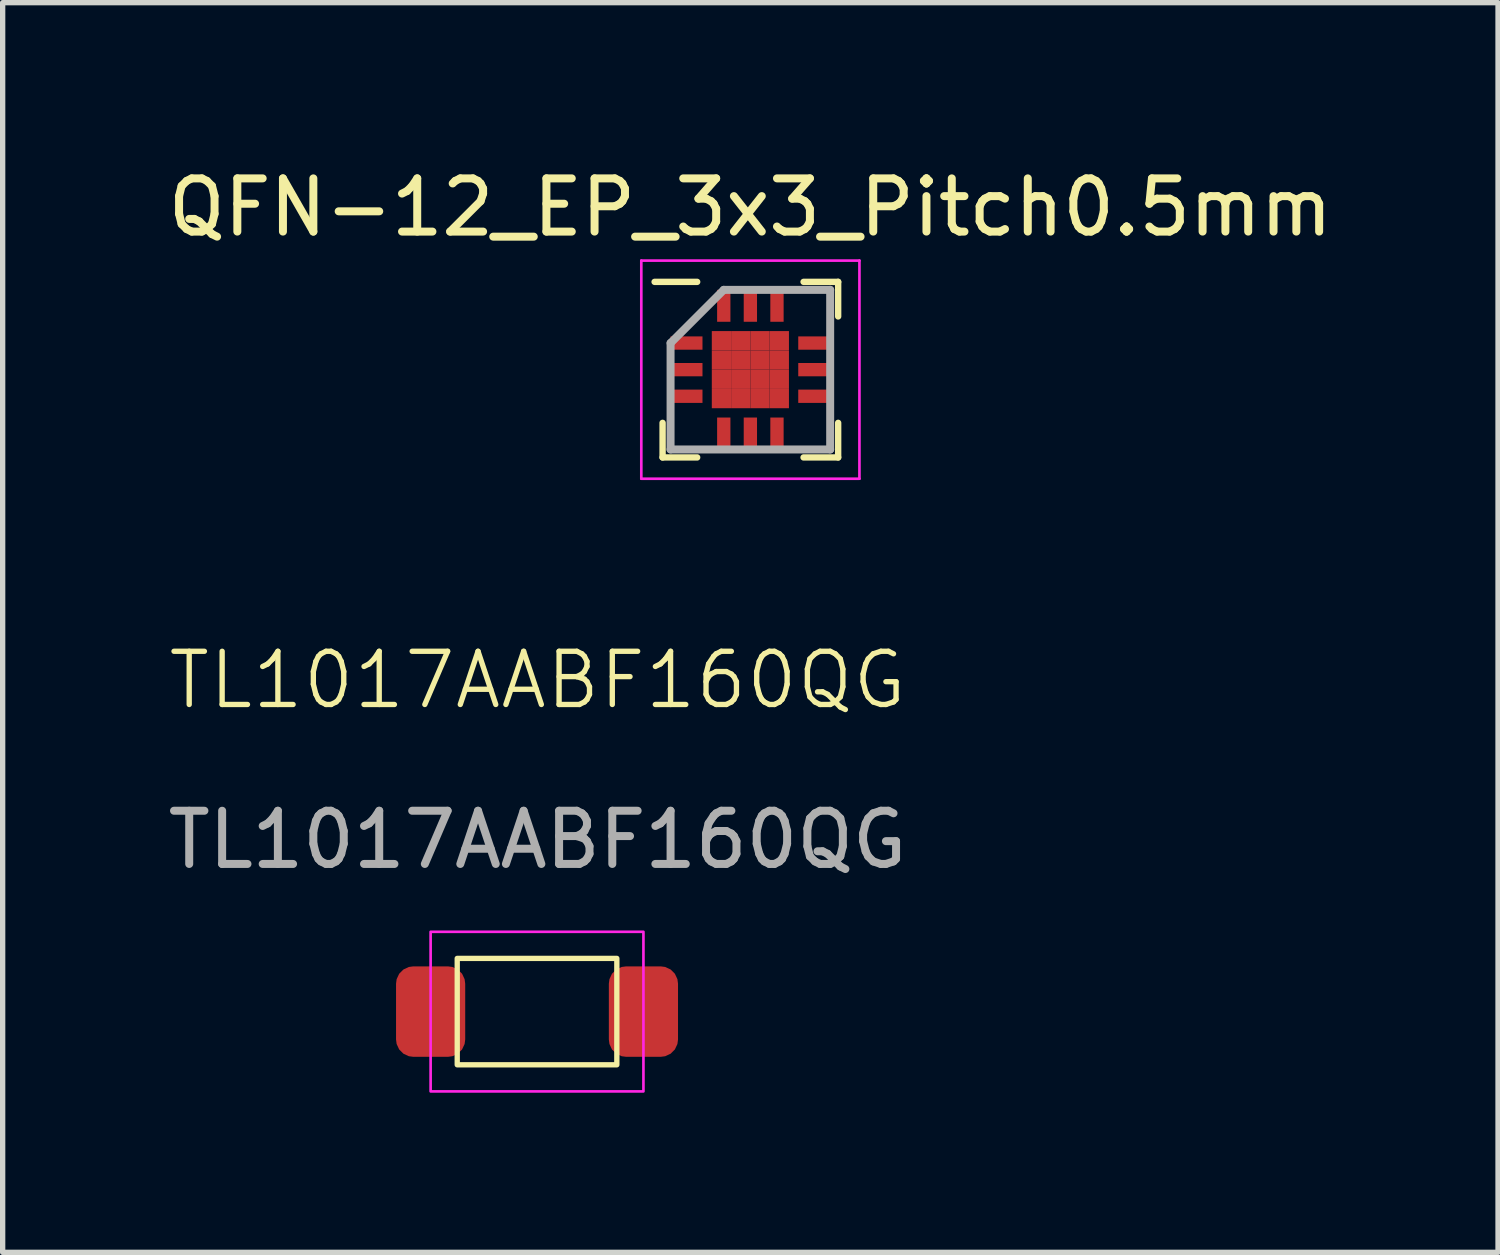
<source format=kicad_pcb>
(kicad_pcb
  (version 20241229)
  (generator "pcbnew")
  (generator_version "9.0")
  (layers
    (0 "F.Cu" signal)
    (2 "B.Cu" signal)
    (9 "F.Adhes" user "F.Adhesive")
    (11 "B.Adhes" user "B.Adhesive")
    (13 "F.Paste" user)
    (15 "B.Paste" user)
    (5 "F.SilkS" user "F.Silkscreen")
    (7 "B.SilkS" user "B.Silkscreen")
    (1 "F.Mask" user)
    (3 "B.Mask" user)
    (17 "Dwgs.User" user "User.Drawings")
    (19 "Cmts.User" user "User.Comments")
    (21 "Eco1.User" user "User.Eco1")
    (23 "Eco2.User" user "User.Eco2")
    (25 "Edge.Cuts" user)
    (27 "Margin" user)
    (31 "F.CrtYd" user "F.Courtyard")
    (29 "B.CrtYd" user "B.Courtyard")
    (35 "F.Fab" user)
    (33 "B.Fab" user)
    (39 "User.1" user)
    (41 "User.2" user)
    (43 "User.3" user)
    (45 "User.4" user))
  (footprint "QFN-12_EP_3x3_Pitch0.5mm"
    (layer "F.Cu")
    (at 11.054 3.898)
    (property "Reference" "QFN-12_EP_3x3_Pitch0.5mm" (at 0 -3.05 0) (layer "F.SilkS") (effects (font (size 1 1) (thickness 0.15))))
    (attr smd)
    (fp_line (start -1.65 1.65) (end -1.65 1) (stroke (width 0.12) (type default)) (layer "F.SilkS"))
    (fp_line (start -1 -1.65) (end -1.8 -1.65) (stroke (width 0.12) (type default)) (layer "F.SilkS"))
    (fp_line (start -1 1.65) (end -1.65 1.65) (stroke (width 0.12) (type default)) (layer "F.SilkS"))
    (fp_line (start 1 -1.65) (end 1.65 -1.65) (stroke (width 0.12) (type default)) (layer "F.SilkS"))
    (fp_line (start 1 1.65) (end 1.65 1.65) (stroke (width 0.12) (type default)) (layer "F.SilkS"))
    (fp_line (start 1.65 -1.65) (end 1.65 -1) (stroke (width 0.12) (type default)) (layer "F.SilkS"))
    (fp_line (start 1.65 1.65) (end 1.65 1) (stroke (width 0.12) (type default)) (layer "F.SilkS"))
    (fp_line (start -2.05 -2.05) (end 2.05 -2.05) (stroke (width 0.05) (type default)) (layer "F.CrtYd"))
    (fp_line (start -2.05 2.05) (end -2.05 -2.05) (stroke (width 0.05) (type default)) (layer "F.CrtYd"))
    (fp_line (start 2.05 -2.05) (end 2.05 2.05) (stroke (width 0.05) (type default)) (layer "F.CrtYd"))
    (fp_line (start 2.05 2.05) (end -2.05 2.05) (stroke (width 0.05) (type default)) (layer "F.CrtYd"))
    (fp_line (start -1.5 -0.5) (end -1.5 1.5) (stroke (width 0.15) (type default)) (layer "F.Fab"))
    (fp_line (start -1.5 1.5) (end 1.5 1.5) (stroke (width 0.15) (type default)) (layer "F.Fab"))
    (fp_line (start -0.5 -1.5) (end -1.5 -0.5) (stroke (width 0.15) (type default)) (layer "F.Fab"))
    (fp_line (start 1.5 -1.5) (end -0.5 -1.5) (stroke (width 0.15) (type default)) (layer "F.Fab"))
    (fp_line (start 1.5 1.5) (end 1.5 -1.5) (stroke (width 0.15) (type default)) (layer "F.Fab"))
    (pad "1" smd rect (at -1.2 -0.5 90) (size 0.25 0.6) (layers "F.Cu" "F.Mask" "F.Paste"))
    (pad "2" smd rect (at -1.2 0 90) (size 0.25 0.6) (layers "F.Cu" "F.Mask" "F.Paste"))
    (pad "3" smd rect (at -1.2 0.5 90) (size 0.25 0.6) (layers "F.Cu" "F.Mask" "F.Paste"))
    (pad "4" smd rect (at -0.5 1.2) (size 0.25 0.6) (layers "F.Cu" "F.Mask" "F.Paste"))
    (pad "5" smd rect (at 0 1.2) (size 0.25 0.6) (layers "F.Cu" "F.Mask" "F.Paste"))
    (pad "6" smd rect (at 0.5 1.2) (size 0.25 0.6) (layers "F.Cu" "F.Mask" "F.Paste"))
    (pad "7" smd rect (at 1.2 0.5 90) (size 0.25 0.6) (layers "F.Cu" "F.Mask" "F.Paste"))
    (pad "8" smd rect (at 1.2 0 90) (size 0.25 0.6) (layers "F.Cu" "F.Mask" "F.Paste"))
    (pad "9" smd rect (at 1.2 -0.5 90) (size 0.25 0.6) (layers "F.Cu" "F.Mask" "F.Paste"))
    (pad "10" smd rect (at 0.5 -1.2) (size 0.25 0.6) (layers "F.Cu" "F.Mask" "F.Paste"))
    (pad "11" smd rect (at 0 -1.2) (size 0.25 0.6) (layers "F.Cu" "F.Mask" "F.Paste"))
    (pad "12" smd rect (at -0.5 -1.2) (size 0.25 0.6) (layers "F.Cu" "F.Mask" "F.Paste"))
    (pad "13" smd rect (at -0.544 -0.544) (size 0.362 0.362) (layers "F.Cu" "F.Mask" "F.Paste"))
    (pad "13" smd rect (at -0.544 -0.181) (size 0.362 0.362) (layers "F.Cu" "F.Mask" "F.Paste"))
    (pad "13" smd rect (at -0.544 0.181) (size 0.362 0.362) (layers "F.Cu" "F.Mask" "F.Paste"))
    (pad "13" smd rect (at -0.544 0.544) (size 0.362 0.362) (layers "F.Cu" "F.Mask" "F.Paste"))
    (pad "13" smd rect (at -0.181 -0.544) (size 0.362 0.362) (layers "F.Cu" "F.Mask" "F.Paste"))
    (pad "13" smd rect (at -0.181 -0.181) (size 0.362 0.362) (layers "F.Cu" "F.Mask" "F.Paste"))
    (pad "13" smd rect (at -0.181 0.181) (size 0.362 0.362) (layers "F.Cu" "F.Mask" "F.Paste"))
    (pad "13" smd rect (at -0.181 0.544) (size 0.362 0.362) (layers "F.Cu" "F.Mask" "F.Paste"))
    (pad "13" smd rect (at 0.181 -0.544) (size 0.362 0.362) (layers "F.Cu" "F.Mask" "F.Paste"))
    (pad "13" smd rect (at 0.181 -0.181) (size 0.362 0.362) (layers "F.Cu" "F.Mask" "F.Paste"))
    (pad "13" smd rect (at 0.181 0.181) (size 0.362 0.362) (layers "F.Cu" "F.Mask" "F.Paste"))
    (pad "13" smd rect (at 0.181 0.544) (size 0.362 0.362) (layers "F.Cu" "F.Mask" "F.Paste"))
    (pad "13" smd rect (at 0.544 -0.544) (size 0.362 0.362) (layers "F.Cu" "F.Mask" "F.Paste"))
    (pad "13" smd rect (at 0.544 -0.181) (size 0.362 0.362) (layers "F.Cu" "F.Mask" "F.Paste"))
    (pad "13" smd rect (at 0.544 0.181) (size 0.362 0.362) (layers "F.Cu" "F.Mask" "F.Paste"))
    (pad "13" smd rect (at 0.544 0.544) (size 0.362 0.362) (layers "F.Cu" "F.Mask" "F.Paste")))
  (footprint "TL1017AABF160QG"
    (layer "F.Cu")
    (at 7.044 15.964)
    (property "Reference" "TL1017AABF160QG" (at 0.01 -6.23 0) (unlocked yes) (layer "F.SilkS") (effects (font (size 1 1) (thickness 0.1))))
    (attr smd)
    (fp_rect (start -1.5 -1) (end 1.5 1) (stroke (width 0.1) (type default)) (fill no) (layer "F.SilkS"))
    (fp_rect (start -2 -1.5) (end 2 1.5) (stroke (width 0.05) (type default)) (fill no) (layer "F.CrtYd"))
    (fp_text user "${REFERENCE}" (at 0.01 -3.23 0) (unlocked yes) (layer "F.Fab") (effects (font (size 1 1) (thickness 0.15))))
    (pad "1" smd roundrect (at -2 0 90) (size 1.7 1.3) (layers "F.Cu" "F.Mask" "F.Paste") (roundrect_rratio 0.25))
    (pad "2" smd roundrect (at 2 0 270) (size 1.7 1.3) (layers "F.Cu" "F.Mask" "F.Paste") (roundrect_rratio 0.25)))
  (gr_rect
    (start -3 -3)
    (end 25.107 20.489)
    (stroke (width 0.1) (type default))
    (fill no)
    (layer "Edge.Cuts")))
</source>
